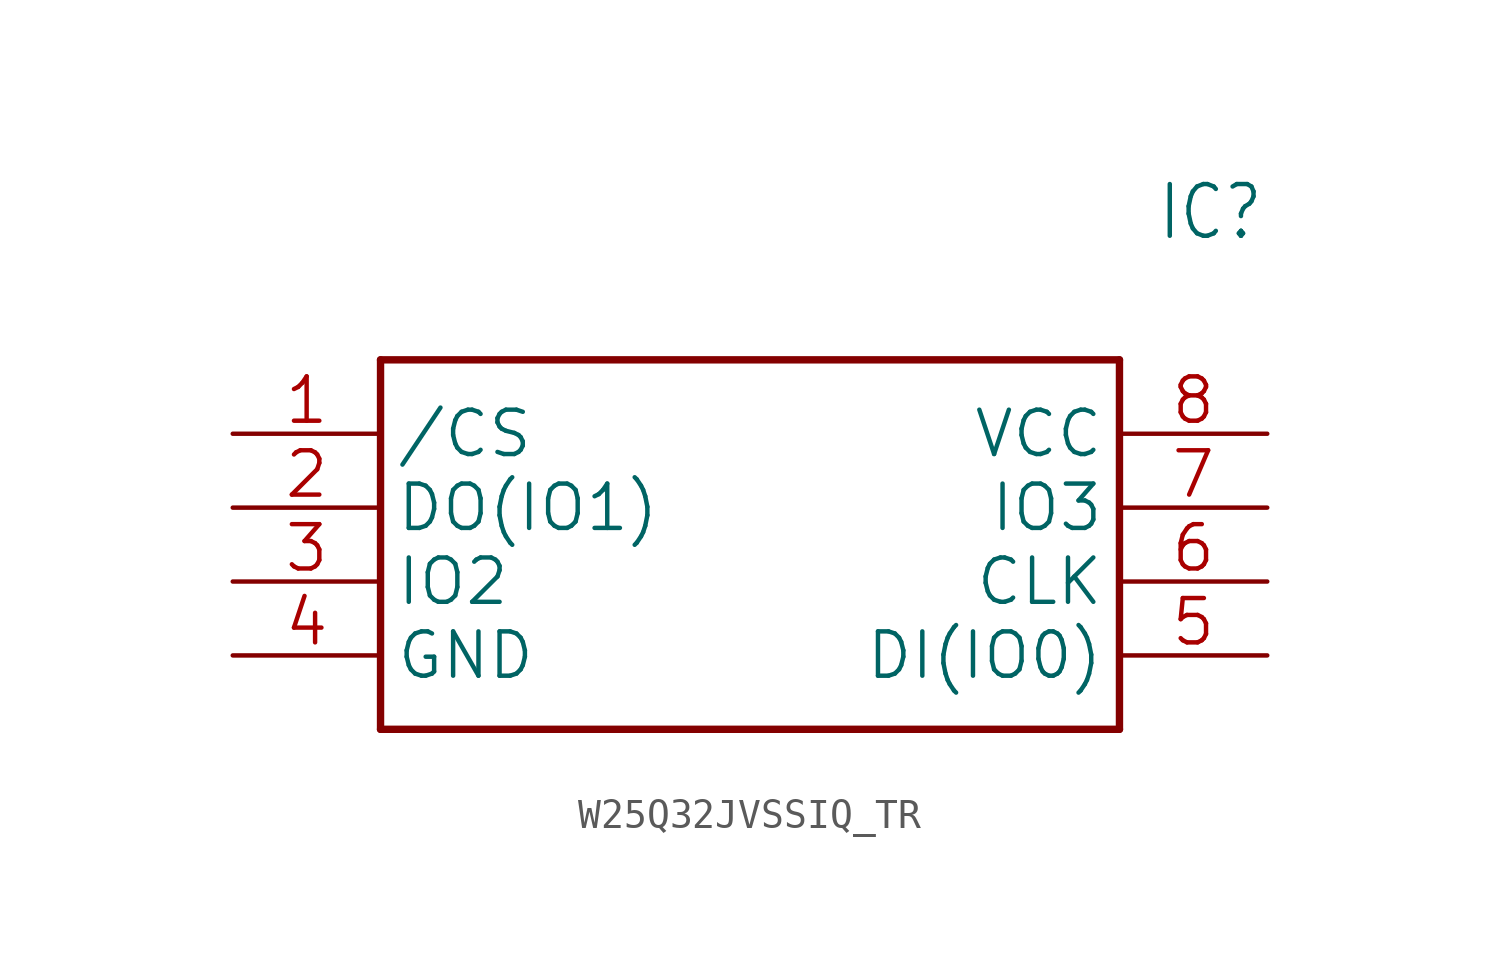
<source format=kicad_sym>
(kicad_symbol_lib
  (version 20241209)
  (generator "kicad_symbol_editor")
  (generator_version "9.0")
  (symbol "W25Q32JVSSIQ_TR"
    (property "Reference" "IC"
      (at 31.75 7.62 0)
      (effects (font (size 1.778 1.511)) (justify left)))
    (property "Value" ""
      (at 31.75 5.08 0)
      (effects (font (size 1.778 1.511)) (justify left)))
    (property "ki_locked" ""
      (at 0 0 0)
      (effects (font (size 1.27 1.27))))
    (symbol "W25Q32JVSSIQ_TR_1_0"
      (polyline (pts (xy 5.08 2.54) (xy 5.08 -10.16)) (stroke (width 0.254) (type solid)) (fill (type none)))
      (polyline (pts (xy 5.08 2.54) (xy 30.48 2.54)) (stroke (width 0.254) (type solid)) (fill (type none)))
      (polyline (pts (xy 30.48 -10.16) (xy 5.08 -10.16)) (stroke (width 0.254) (type solid)) (fill (type none)))
      (polyline (pts (xy 30.48 -10.16) (xy 30.48 2.54)) (stroke (width 0.254) (type solid)) (fill (type none)))
      (pin bidirectional line (at 0 0 0) (length 5.08) (name "/CS" (effects (font (size 1.524 1.524)))) (number "1" (effects (font (size 1.524 1.524)))))
      (pin bidirectional line (at 0 -2.54 0) (length 5.08) (name "DO(IO1)" (effects (font (size 1.524 1.524)))) (number "2" (effects (font (size 1.524 1.524)))))
      (pin bidirectional line (at 0 -5.08 0) (length 5.08) (name "IO2" (effects (font (size 1.524 1.524)))) (number "3" (effects (font (size 1.524 1.524)))))
      (pin bidirectional line (at 0 -7.62 0) (length 5.08) (name "GND" (effects (font (size 1.524 1.524)))) (number "4" (effects (font (size 1.524 1.524)))))
      (pin bidirectional line (at 35.56 0 180) (length 5.08) (name "VCC" (effects (font (size 1.524 1.524)))) (number "8" (effects (font (size 1.524 1.524)))))
      (pin bidirectional line (at 35.56 -2.54 180) (length 5.08) (name "IO3" (effects (font (size 1.524 1.524)))) (number "7" (effects (font (size 1.524 1.524)))))
      (pin bidirectional line (at 35.56 -5.08 180) (length 5.08) (name "CLK" (effects (font (size 1.524 1.524)))) (number "6" (effects (font (size 1.524 1.524)))))
      (pin bidirectional line (at 35.56 -7.62 180) (length 5.08) (name "DI(IO0)" (effects (font (size 1.524 1.524)))) (number "5" (effects (font (size 1.524 1.524))))))))
</source>
